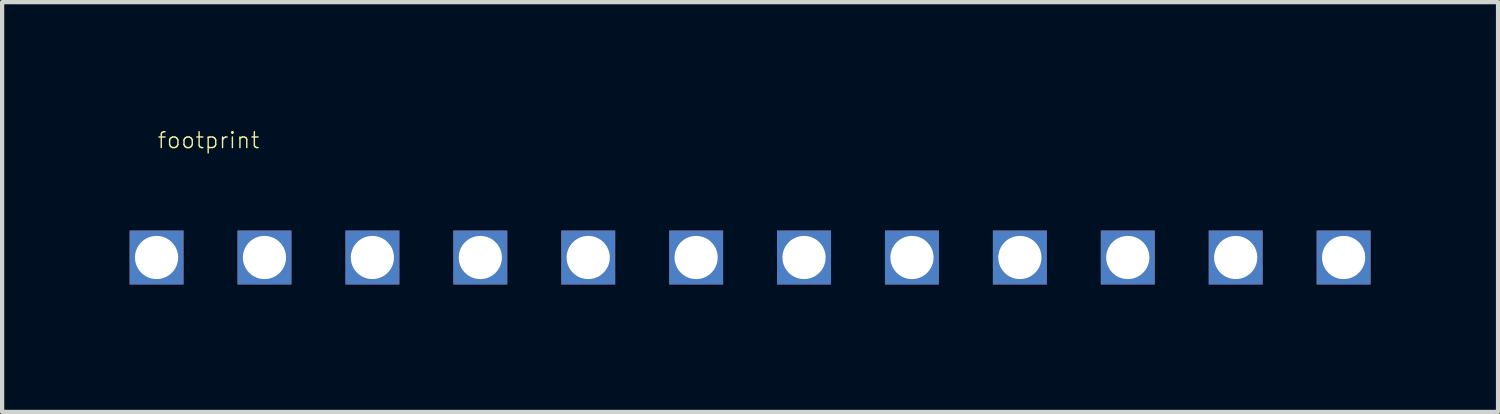
<source format=kicad_pcb>
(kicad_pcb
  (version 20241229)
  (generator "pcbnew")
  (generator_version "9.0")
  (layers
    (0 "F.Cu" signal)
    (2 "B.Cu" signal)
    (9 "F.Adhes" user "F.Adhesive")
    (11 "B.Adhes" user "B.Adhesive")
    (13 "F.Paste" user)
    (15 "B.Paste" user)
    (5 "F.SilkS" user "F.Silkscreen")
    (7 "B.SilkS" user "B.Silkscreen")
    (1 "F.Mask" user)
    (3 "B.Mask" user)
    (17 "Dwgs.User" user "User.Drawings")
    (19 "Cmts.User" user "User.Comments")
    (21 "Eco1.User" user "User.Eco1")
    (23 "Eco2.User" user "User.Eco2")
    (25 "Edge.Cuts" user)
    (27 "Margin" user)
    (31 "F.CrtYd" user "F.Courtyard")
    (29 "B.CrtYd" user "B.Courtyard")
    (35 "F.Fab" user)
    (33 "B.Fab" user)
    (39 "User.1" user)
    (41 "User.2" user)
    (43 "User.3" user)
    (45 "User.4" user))
  (footprint "footprint"
    (layer "F.Cu")
    (at 0.635 3.011)
    (property "Reference" "footprint" (at 0 -2.54 0) (layer "F.SilkS") (effects (font (size 0.374 0.374) (thickness 0.033)) (justify left bottom)))
    (pad "1" thru_hole rect (at 0 0) (size 1.27 1.27) (drill 1.016) (layers "*.Cu" "*.Mask"))
    (pad "2" thru_hole rect (at 2.54 0) (size 1.27 1.27) (drill 1.016) (layers "*.Cu" "*.Mask"))
    (pad "3" thru_hole rect (at 5.08 0) (size 1.27 1.27) (drill 1.016) (layers "*.Cu" "*.Mask"))
    (pad "4" thru_hole rect (at 7.62 0) (size 1.27 1.27) (drill 1.016) (layers "*.Cu" "*.Mask"))
    (pad "5" thru_hole rect (at 10.16 0) (size 1.27 1.27) (drill 1.016) (layers "*.Cu" "*.Mask"))
    (pad "6" thru_hole rect (at 12.7 0) (size 1.27 1.27) (drill 1.016) (layers "*.Cu" "*.Mask"))
    (pad "7" thru_hole rect (at 15.24 0) (size 1.27 1.27) (drill 1.016) (layers "*.Cu" "*.Mask"))
    (pad "8" thru_hole rect (at 17.78 0) (size 1.27 1.27) (drill 1.016) (layers "*.Cu" "*.Mask"))
    (pad "9" thru_hole rect (at 20.32 0) (size 1.27 1.27) (drill 1.016) (layers "*.Cu" "*.Mask"))
    (pad "10" thru_hole rect (at 22.86 0) (size 1.27 1.27) (drill 1.016) (layers "*.Cu" "*.Mask"))
    (pad "11" thru_hole rect (at 25.4 0) (size 1.27 1.27) (drill 1.016) (layers "*.Cu" "*.Mask"))
    (pad "12" thru_hole rect (at 27.94 0) (size 1.27 1.27) (drill 1.016) (layers "*.Cu" "*.Mask")))
  (gr_rect
    (start -3 -3)
    (end 32.21 6.646)
    (stroke (width 0.1) (type default))
    (fill no)
    (layer "Edge.Cuts")))
</source>
